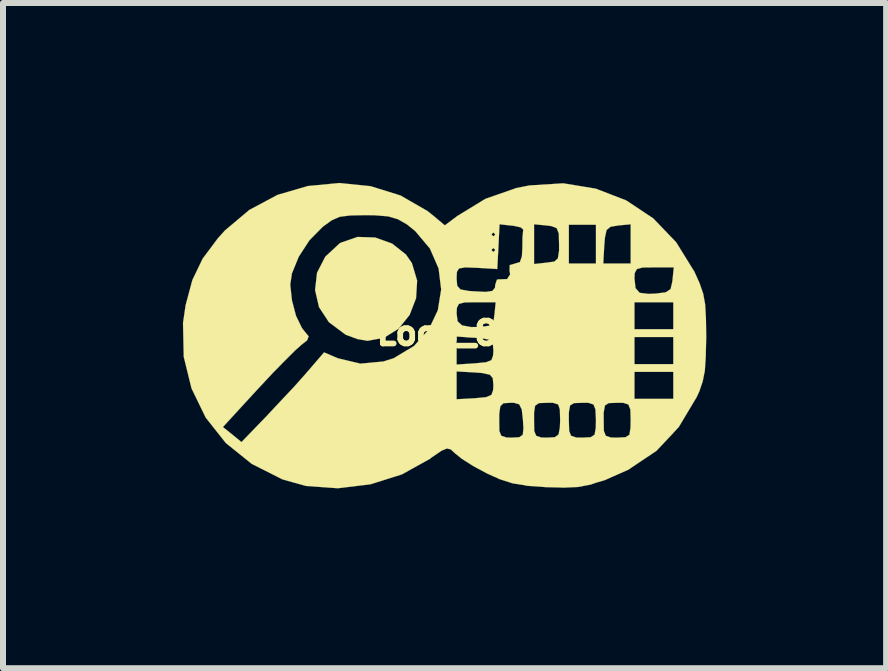
<source format=kicad_pcb>
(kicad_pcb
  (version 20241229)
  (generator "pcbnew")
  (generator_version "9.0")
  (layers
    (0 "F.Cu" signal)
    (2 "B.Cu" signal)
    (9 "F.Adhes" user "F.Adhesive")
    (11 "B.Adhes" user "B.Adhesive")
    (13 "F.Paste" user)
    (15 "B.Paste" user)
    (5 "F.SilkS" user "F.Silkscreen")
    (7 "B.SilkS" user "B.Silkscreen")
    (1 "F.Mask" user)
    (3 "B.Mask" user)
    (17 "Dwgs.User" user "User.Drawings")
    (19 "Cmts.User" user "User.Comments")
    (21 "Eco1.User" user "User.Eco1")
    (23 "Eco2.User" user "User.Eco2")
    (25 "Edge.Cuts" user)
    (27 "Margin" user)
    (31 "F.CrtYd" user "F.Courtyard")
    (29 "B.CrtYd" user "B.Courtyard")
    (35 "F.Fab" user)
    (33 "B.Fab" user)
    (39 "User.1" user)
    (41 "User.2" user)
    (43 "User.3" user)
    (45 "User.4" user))
  (footprint "Logo_8"
    (layer "F.Cu")
    (at 4.241 2.506)
    (property "Reference" "Logo_8" (at 0 0 0) (layer "F.SilkS") (effects (font (size 0.381 0.381) (thickness 0.127))))
    (attr through_hole)
    (fp_poly (pts (xy -0.335 -0.876) (xy -0.353 -0.582) (xy -0.46 -0.305) (xy -0.643 -0.076) (xy -0.886 0.076) (xy -1.161 0.127) (xy -1.328 0.099) (xy -1.521 0.028) (xy -1.542 0.015) (xy -1.806 -0.183) (xy -1.971 -0.434) (xy -2.037 -0.719) (xy -2.004 -1.008) (xy -1.867 -1.275) (xy -1.631 -1.494) (xy -1.603 -1.511) (xy -1.328 -1.605) (xy -1.034 -1.595) (xy -0.752 -1.494) (xy -0.521 -1.311) (xy -0.422 -1.168) (xy -0.335 -0.876)) (stroke (width 0.003) (type solid)) (fill yes) (layer "F.SilkS"))
    (fp_poly (pts (xy 4.486 0.064) (xy 4.478 0.391) (xy 4.463 0.625) (xy 4.427 0.805) (xy 4.371 0.97) (xy 4.328 1.064) (xy 4.028 1.565) (xy 3.945 1.654) (xy 3.945 -1.097) (xy 3.617 -1.097) (xy 3.424 -1.095) (xy 3.33 -1.069) (xy 3.294 -1.003) (xy 3.289 -0.914) (xy 3.307 -0.752) (xy 3.376 -0.673) (xy 3.526 -0.655) (xy 3.642 -0.66) (xy 3.81 -0.681) (xy 3.891 -0.734) (xy 3.919 -0.851) (xy 3.924 -0.889) (xy 3.945 -1.097) (xy 3.945 1.654) (xy 3.937 1.664) (xy 3.937 1.095) (xy 3.937 0.871) (xy 3.937 0.645) (xy 3.937 0.516) (xy 3.937 0.29) (xy 3.937 0.064) (xy 3.937 -0.066) (xy 3.937 -0.29) (xy 3.937 -0.516) (xy 3.614 -0.516) (xy 3.289 -0.516) (xy 3.289 -0.29) (xy 3.289 -0.066) (xy 3.614 -0.066) (xy 3.937 -0.066) (xy 3.937 0.064) (xy 3.614 0.064) (xy 3.289 0.064) (xy 3.289 0.29) (xy 3.289 0.516) (xy 3.614 0.516) (xy 3.937 0.516) (xy 3.937 0.645) (xy 3.614 0.645) (xy 3.289 0.645) (xy 3.289 0.871) (xy 3.289 1.095) (xy 3.614 1.095) (xy 3.937 1.095) (xy 3.937 1.664) (xy 3.655 1.963) (xy 3.226 2.25) (xy 3.226 1.453) (xy 3.226 -1.161) (xy 3.226 -1.488) (xy 3.226 -1.816) (xy 3.018 -1.796) (xy 2.891 -1.775) (xy 2.824 -1.72) (xy 2.797 -1.595) (xy 2.786 -1.468) (xy 2.769 -1.161) (xy 2.997 -1.161) (xy 3.226 -1.161) (xy 3.226 1.453) (xy 3.221 1.273) (xy 3.188 1.189) (xy 3.101 1.161) (xy 3 1.161) (xy 2.86 1.166) (xy 2.797 1.206) (xy 2.776 1.321) (xy 2.776 1.453) (xy 2.779 1.631) (xy 2.812 1.712) (xy 2.898 1.74) (xy 3 1.742) (xy 3.139 1.735) (xy 3.205 1.694) (xy 3.223 1.58) (xy 3.226 1.453) (xy 3.226 2.25) (xy 3.195 2.273) (xy 2.794 2.451) (xy 2.647 2.494) (xy 2.647 1.453) (xy 2.647 -1.161) (xy 2.647 -1.483) (xy 2.647 -1.808) (xy 2.421 -1.808) (xy 2.195 -1.808) (xy 2.195 -1.483) (xy 2.195 -1.161) (xy 2.421 -1.161) (xy 2.647 -1.161) (xy 2.647 1.453) (xy 2.639 1.273) (xy 2.606 1.189) (xy 2.52 1.161) (xy 2.421 1.161) (xy 2.281 1.166) (xy 2.215 1.206) (xy 2.195 1.321) (xy 2.195 1.453) (xy 2.2 1.631) (xy 2.233 1.712) (xy 2.319 1.74) (xy 2.421 1.742) (xy 2.558 1.735) (xy 2.624 1.694) (xy 2.644 1.58) (xy 2.647 1.453) (xy 2.647 2.494) (xy 2.558 2.525) (xy 2.347 2.565) (xy 2.101 2.576) (xy 2.05 2.573) (xy 2.05 1.453) (xy 2.045 1.273) (xy 2.032 1.232) (xy 2.032 -1.374) (xy 2.032 -1.483) (xy 2.027 -1.664) (xy 1.991 -1.753) (xy 1.902 -1.786) (xy 1.824 -1.796) (xy 1.615 -1.816) (xy 1.615 -1.483) (xy 1.615 -1.153) (xy 1.824 -1.176) (xy 1.953 -1.194) (xy 2.012 -1.247) (xy 2.032 -1.374) (xy 2.032 1.232) (xy 2.017 1.189) (xy 1.93 1.161) (xy 1.834 1.161) (xy 1.697 1.166) (xy 1.633 1.209) (xy 1.615 1.323) (xy 1.615 1.453) (xy 1.618 1.631) (xy 1.651 1.712) (xy 1.737 1.74) (xy 1.829 1.742) (xy 1.961 1.735) (xy 2.024 1.689) (xy 2.045 1.575) (xy 2.05 1.453) (xy 2.05 2.573) (xy 1.819 2.568) (xy 1.499 2.545) (xy 1.438 2.532) (xy 1.438 1.582) (xy 1.435 1.549) (xy 1.435 -1.727) (xy 1.392 -1.765) (xy 1.262 -1.793) (xy 1.247 -1.793) (xy 1.039 -1.816) (xy 1.021 -1.443) (xy 1.001 -1.069) (xy 0.968 -1.072) (xy 0.968 -1.387) (xy 0.968 -1.646) (xy 0.937 -1.679) (xy 0.904 -1.646) (xy 0.937 -1.615) (xy 0.968 -1.646) (xy 0.968 -1.387) (xy 0.937 -1.42) (xy 0.904 -1.387) (xy 0.937 -1.354) (xy 0.968 -1.387) (xy 0.968 -1.072) (xy 0.663 -1.09) (xy 0.465 -1.097) (xy 0.363 -1.079) (xy 0.328 -1.021) (xy 0.323 -0.914) (xy 0.333 -0.79) (xy 0.389 -0.729) (xy 0.526 -0.704) (xy 0.597 -0.699) (xy 0.808 -0.688) (xy 0.919 -0.704) (xy 0.963 -0.757) (xy 0.968 -0.81) (xy 0.996 -0.892) (xy 1.016 -0.897) (xy 1.166 -0.902) (xy 1.217 -0.983) (xy 1.206 -1.034) (xy 1.209 -1.135) (xy 1.298 -1.161) (xy 1.379 -1.186) (xy 1.412 -1.28) (xy 1.42 -1.42) (xy 1.422 -1.598) (xy 1.433 -1.712) (xy 1.435 -1.727) (xy 1.435 1.549) (xy 1.43 1.453) (xy 1.41 1.273) (xy 1.367 1.186) (xy 1.28 1.161) (xy 1.219 1.161) (xy 1.105 1.168) (xy 1.052 1.219) (xy 1.034 1.346) (xy 1.034 1.453) (xy 1.036 1.631) (xy 1.069 1.712) (xy 1.156 1.74) (xy 1.242 1.742) (xy 1.369 1.735) (xy 1.427 1.694) (xy 1.438 1.582) (xy 1.438 2.532) (xy 1.257 2.504) (xy 1.036 2.433) (xy 0.975 2.403) (xy 0.975 -0.516) (xy 0.65 -0.516) (xy 0.457 -0.513) (xy 0.361 -0.488) (xy 0.328 -0.422) (xy 0.323 -0.33) (xy 0.34 -0.198) (xy 0.414 -0.13) (xy 0.566 -0.102) (xy 0.737 -0.104) (xy 0.879 -0.127) (xy 0.94 -0.206) (xy 0.955 -0.312) (xy 0.975 -0.516) (xy 0.975 2.403) (xy 0.937 2.388) (xy 0.937 0.871) (xy 0.937 0.29) (xy 0.927 0.173) (xy 0.879 0.112) (xy 0.754 0.086) (xy 0.63 0.076) (xy 0.323 0.056) (xy 0.323 0.29) (xy 0.323 0.523) (xy 0.63 0.503) (xy 0.815 0.485) (xy 0.904 0.45) (xy 0.932 0.371) (xy 0.937 0.29) (xy 0.937 0.871) (xy 0.927 0.752) (xy 0.879 0.693) (xy 0.754 0.665) (xy 0.63 0.655) (xy 0.323 0.638) (xy 0.323 0.871) (xy 0.323 1.102) (xy 0.63 1.085) (xy 0.815 1.067) (xy 0.904 1.029) (xy 0.932 0.95) (xy 0.937 0.871) (xy 0.937 2.388) (xy 0.826 2.337) (xy 0.599 2.215) (xy 0.411 2.095) (xy 0.297 2.004) (xy 0.226 1.938) (xy 0.16 1.923) (xy 0.066 1.963) (xy 0.066 -0.729) (xy 0.023 -1.079) (xy -0.122 -1.412) (xy -0.368 -1.704) (xy -0.505 -1.814) (xy -0.655 -1.9) (xy -0.818 -1.948) (xy -1.039 -1.966) (xy -1.199 -1.968) (xy -1.453 -1.963) (xy -1.626 -1.941) (xy -1.76 -1.882) (xy -1.9 -1.781) (xy -1.913 -1.77) (xy -2.131 -1.549) (xy -2.309 -1.275) (xy -2.423 -0.996) (xy -2.451 -0.81) (xy -2.423 -0.549) (xy -2.355 -0.29) (xy -2.256 -0.086) (xy -2.21 -0.028) (xy -2.144 0.053) (xy -2.169 0.119) (xy -2.263 0.193) (xy -2.365 0.284) (xy -2.532 0.45) (xy -2.741 0.663) (xy -2.969 0.907) (xy -2.997 0.937) (xy -3.574 1.565) (xy -3.419 1.689) (xy -3.264 1.816) (xy -2.84 1.377) (xy -2.614 1.135) (xy -2.385 0.892) (xy -2.195 0.678) (xy -2.151 0.627) (xy -1.887 0.32) (xy -1.656 0.419) (xy -1.28 0.508) (xy -0.897 0.472) (xy -0.724 0.417) (xy -0.386 0.213) (xy -0.142 -0.061) (xy 0.01 -0.381) (xy 0.066 -0.729) (xy 0.066 1.963) (xy 0.064 1.966) (xy -0.102 2.078) (xy -0.117 2.093) (xy -0.589 2.355) (xy -1.113 2.52) (xy -1.656 2.586) (xy -2.187 2.548) (xy -2.581 2.438) (xy -3.094 2.179) (xy -3.526 1.831) (xy -3.861 1.407) (xy -4.097 0.922) (xy -4.227 0.394) (xy -4.239 -0.17) (xy -4.196 -0.465) (xy -4.084 -0.884) (xy -3.912 -1.242) (xy -3.658 -1.582) (xy -3.541 -1.712) (xy -3.134 -2.055) (xy -2.664 -2.306) (xy -2.156 -2.454) (xy -1.631 -2.504) (xy -1.11 -2.451) (xy -0.612 -2.296) (xy -0.163 -2.037) (xy -0.061 -1.956) (xy 0.127 -1.798) (xy 0.338 -1.956) (xy 0.803 -2.24) (xy 1.321 -2.421) (xy 1.542 -2.464) (xy 2.103 -2.499) (xy 2.644 -2.41) (xy 3.15 -2.215) (xy 3.602 -1.915) (xy 3.985 -1.516) (xy 4.282 -1.036) (xy 4.285 -1.034) (xy 4.376 -0.831) (xy 4.435 -0.66) (xy 4.468 -0.48) (xy 4.481 -0.254) (xy 4.486 0.064)) (stroke (width 0.003) (type solid)) (fill yes) (layer "F.SilkS")))
  (gr_rect
    (start -3 -3)
    (end 11.727 8.093)
    (stroke (width 0.1) (type default))
    (fill no)
    (layer "Edge.Cuts")))
</source>
